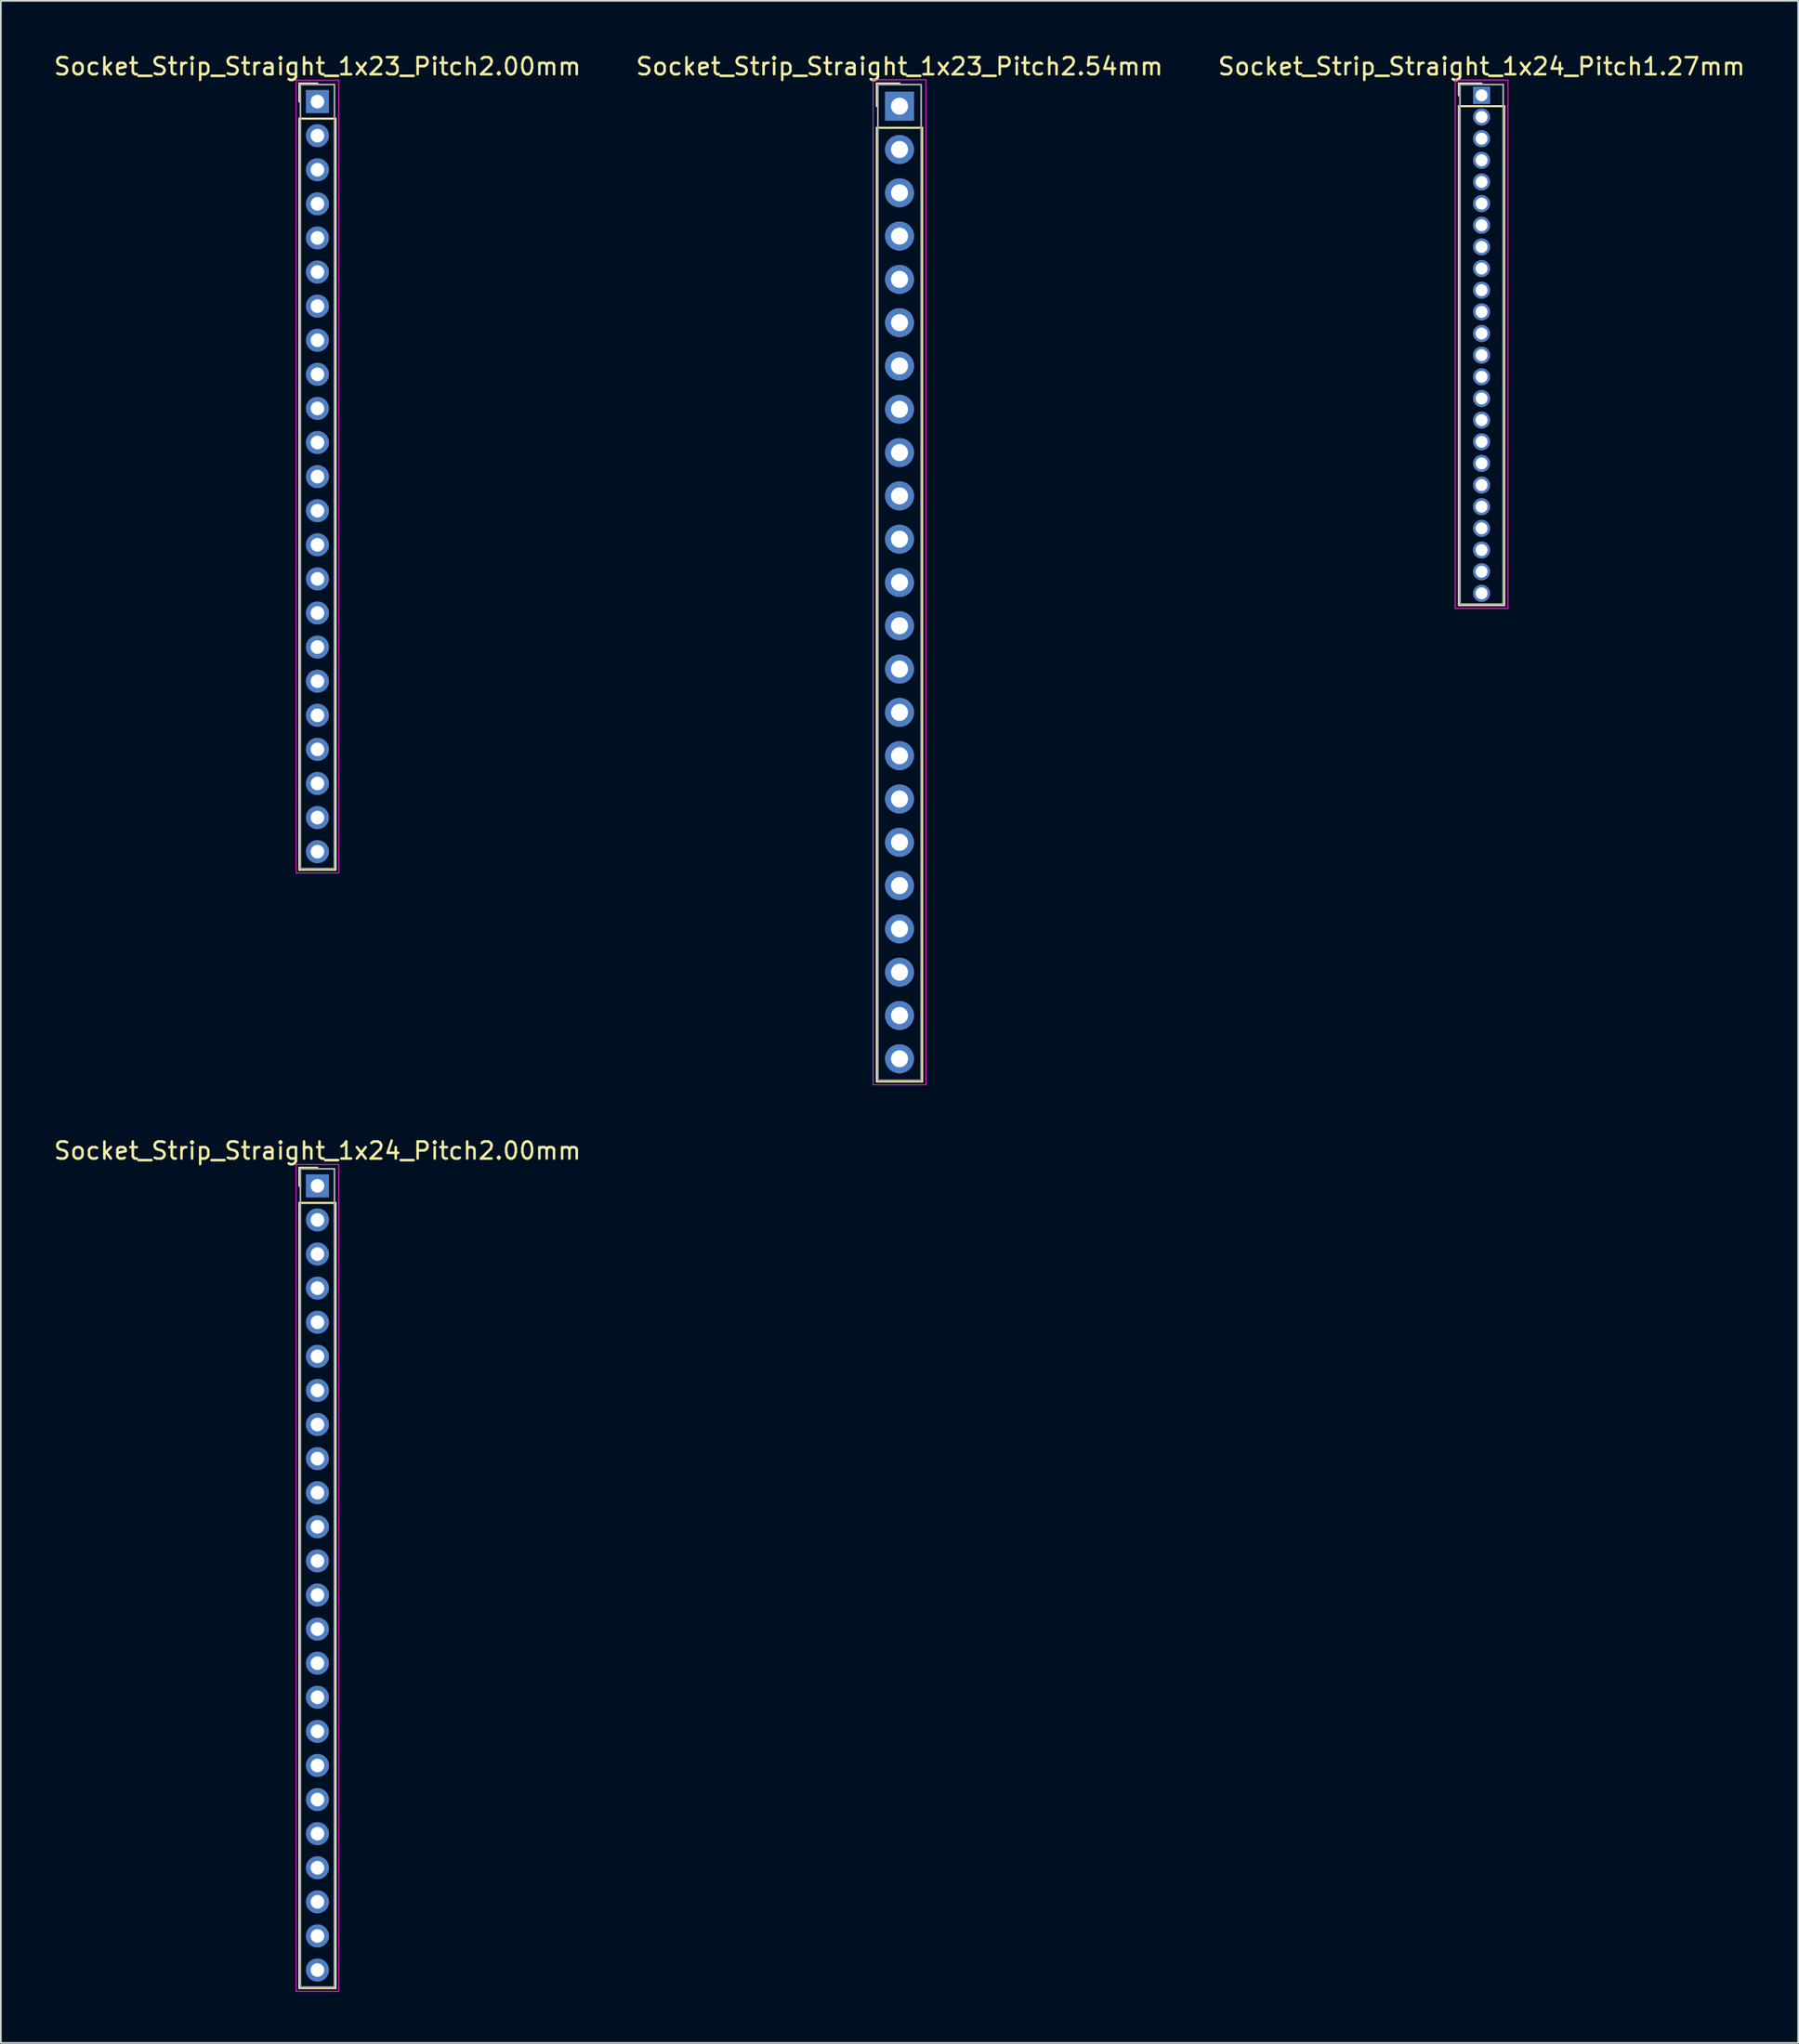
<source format=kicad_pcb>
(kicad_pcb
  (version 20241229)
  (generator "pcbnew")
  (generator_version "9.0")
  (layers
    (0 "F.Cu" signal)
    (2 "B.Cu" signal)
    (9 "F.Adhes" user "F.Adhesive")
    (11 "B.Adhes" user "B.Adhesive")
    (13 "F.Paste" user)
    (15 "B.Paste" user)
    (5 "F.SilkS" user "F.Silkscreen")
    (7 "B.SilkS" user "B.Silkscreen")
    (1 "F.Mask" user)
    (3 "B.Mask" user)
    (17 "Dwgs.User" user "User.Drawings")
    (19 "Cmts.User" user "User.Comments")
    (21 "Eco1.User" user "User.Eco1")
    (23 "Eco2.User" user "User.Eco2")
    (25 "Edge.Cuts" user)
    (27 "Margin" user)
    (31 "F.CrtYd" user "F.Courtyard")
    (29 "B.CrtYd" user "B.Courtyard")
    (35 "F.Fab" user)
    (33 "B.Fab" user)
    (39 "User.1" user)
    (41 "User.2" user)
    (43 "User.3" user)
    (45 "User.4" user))
  (footprint "Socket_Strip_Straight_1x23_Pitch2.00mm"
    (layer "F.Cu")
    (at 15.577 2.908)
    (property "Reference" "Socket_Strip_Straight_1x23_Pitch2.00mm" (at 0 -2.06 0) (layer "F.SilkS") (effects (font (size 1 1) (thickness 0.15))))
    (attr through_hole)
    (fp_line (start -1.06 -1.06) (end 0 -1.06) (stroke (width 0.12) (type solid)) (layer "F.SilkS"))
    (fp_line (start -1.06 0) (end -1.06 -1.06) (stroke (width 0.12) (type solid)) (layer "F.SilkS"))
    (fp_line (start -1.06 1) (end -1.06 45.06) (stroke (width 0.12) (type solid)) (layer "F.SilkS"))
    (fp_line (start -1.06 45.06) (end 1.06 45.06) (stroke (width 0.12) (type solid)) (layer "F.SilkS"))
    (fp_line (start 1.06 1) (end -1.06 1) (stroke (width 0.12) (type solid)) (layer "F.SilkS"))
    (fp_line (start 1.06 45.06) (end 1.06 1) (stroke (width 0.12) (type solid)) (layer "F.SilkS"))
    (fp_line (start -1.25 -1.25) (end -1.25 45.25) (stroke (width 0.05) (type solid)) (layer "F.CrtYd"))
    (fp_line (start -1.25 45.25) (end 1.25 45.25) (stroke (width 0.05) (type solid)) (layer "F.CrtYd"))
    (fp_line (start 1.25 -1.25) (end -1.25 -1.25) (stroke (width 0.05) (type solid)) (layer "F.CrtYd"))
    (fp_line (start 1.25 45.25) (end 1.25 -1.25) (stroke (width 0.05) (type solid)) (layer "F.CrtYd"))
    (fp_line (start -1 -1) (end -1 45) (stroke (width 0.1) (type solid)) (layer "F.Fab"))
    (fp_line (start -1 45) (end 1 45) (stroke (width 0.1) (type solid)) (layer "F.Fab"))
    (fp_line (start 1 -1) (end -1 -1) (stroke (width 0.1) (type solid)) (layer "F.Fab"))
    (fp_line (start 1 45) (end 1 -1) (stroke (width 0.1) (type solid)) (layer "F.Fab"))
    (pad "1" thru_hole rect (at 0 0) (size 1.35 1.35) (drill 0.8) (layers "*.Cu" "*.Mask"))
    (pad "2" thru_hole oval (at 0 2) (size 1.35 1.35) (drill 0.8) (layers "*.Cu" "*.Mask"))
    (pad "3" thru_hole oval (at 0 4) (size 1.35 1.35) (drill 0.8) (layers "*.Cu" "*.Mask"))
    (pad "4" thru_hole oval (at 0 6) (size 1.35 1.35) (drill 0.8) (layers "*.Cu" "*.Mask"))
    (pad "5" thru_hole oval (at 0 8) (size 1.35 1.35) (drill 0.8) (layers "*.Cu" "*.Mask"))
    (pad "6" thru_hole oval (at 0 10) (size 1.35 1.35) (drill 0.8) (layers "*.Cu" "*.Mask"))
    (pad "7" thru_hole oval (at 0 12) (size 1.35 1.35) (drill 0.8) (layers "*.Cu" "*.Mask"))
    (pad "8" thru_hole oval (at 0 14) (size 1.35 1.35) (drill 0.8) (layers "*.Cu" "*.Mask"))
    (pad "9" thru_hole oval (at 0 16) (size 1.35 1.35) (drill 0.8) (layers "*.Cu" "*.Mask"))
    (pad "10" thru_hole oval (at 0 18) (size 1.35 1.35) (drill 0.8) (layers "*.Cu" "*.Mask"))
    (pad "11" thru_hole oval (at 0 20) (size 1.35 1.35) (drill 0.8) (layers "*.Cu" "*.Mask"))
    (pad "12" thru_hole oval (at 0 22) (size 1.35 1.35) (drill 0.8) (layers "*.Cu" "*.Mask"))
    (pad "13" thru_hole oval (at 0 24) (size 1.35 1.35) (drill 0.8) (layers "*.Cu" "*.Mask"))
    (pad "14" thru_hole oval (at 0 26) (size 1.35 1.35) (drill 0.8) (layers "*.Cu" "*.Mask"))
    (pad "15" thru_hole oval (at 0 28) (size 1.35 1.35) (drill 0.8) (layers "*.Cu" "*.Mask"))
    (pad "16" thru_hole oval (at 0 30) (size 1.35 1.35) (drill 0.8) (layers "*.Cu" "*.Mask"))
    (pad "17" thru_hole oval (at 0 32) (size 1.35 1.35) (drill 0.8) (layers "*.Cu" "*.Mask"))
    (pad "18" thru_hole oval (at 0 34) (size 1.35 1.35) (drill 0.8) (layers "*.Cu" "*.Mask"))
    (pad "19" thru_hole oval (at 0 36) (size 1.35 1.35) (drill 0.8) (layers "*.Cu" "*.Mask"))
    (pad "20" thru_hole oval (at 0 38) (size 1.35 1.35) (drill 0.8) (layers "*.Cu" "*.Mask"))
    (pad "21" thru_hole oval (at 0 40) (size 1.35 1.35) (drill 0.8) (layers "*.Cu" "*.Mask"))
    (pad "22" thru_hole oval (at 0 42) (size 1.35 1.35) (drill 0.8) (layers "*.Cu" "*.Mask"))
    (pad "23" thru_hole oval (at 0 44) (size 1.35 1.35) (drill 0.8) (layers "*.Cu" "*.Mask")))
  (footprint "Socket_Strip_Straight_1x23_Pitch2.54mm"
    (layer "F.Cu")
    (at 49.732 3.178)
    (property "Reference" "Socket_Strip_Straight_1x23_Pitch2.54mm" (at 0 -2.33 0) (layer "F.SilkS") (effects (font (size 1 1) (thickness 0.15))))
    (attr through_hole)
    (fp_line (start -1.33 -1.33) (end 0 -1.33) (stroke (width 0.12) (type solid)) (layer "F.SilkS"))
    (fp_line (start -1.33 0) (end -1.33 -1.33) (stroke (width 0.12) (type solid)) (layer "F.SilkS"))
    (fp_line (start -1.33 1.27) (end -1.33 57.21) (stroke (width 0.12) (type solid)) (layer "F.SilkS"))
    (fp_line (start -1.33 57.21) (end 1.33 57.21) (stroke (width 0.12) (type solid)) (layer "F.SilkS"))
    (fp_line (start 1.33 1.27) (end -1.33 1.27) (stroke (width 0.12) (type solid)) (layer "F.SilkS"))
    (fp_line (start 1.33 57.21) (end 1.33 1.27) (stroke (width 0.12) (type solid)) (layer "F.SilkS"))
    (fp_line (start -1.55 -1.55) (end -1.55 57.4) (stroke (width 0.05) (type solid)) (layer "F.CrtYd"))
    (fp_line (start -1.55 57.4) (end 1.55 57.4) (stroke (width 0.05) (type solid)) (layer "F.CrtYd"))
    (fp_line (start 1.55 -1.55) (end -1.55 -1.55) (stroke (width 0.05) (type solid)) (layer "F.CrtYd"))
    (fp_line (start 1.55 57.4) (end 1.55 -1.55) (stroke (width 0.05) (type solid)) (layer "F.CrtYd"))
    (fp_line (start -1.27 -1.27) (end -1.27 57.15) (stroke (width 0.1) (type solid)) (layer "F.Fab"))
    (fp_line (start -1.27 57.15) (end 1.27 57.15) (stroke (width 0.1) (type solid)) (layer "F.Fab"))
    (fp_line (start 1.27 -1.27) (end -1.27 -1.27) (stroke (width 0.1) (type solid)) (layer "F.Fab"))
    (fp_line (start 1.27 57.15) (end 1.27 -1.27) (stroke (width 0.1) (type solid)) (layer "F.Fab"))
    (pad "1" thru_hole rect (at 0 0) (size 1.7 1.7) (drill 1) (layers "*.Cu" "*.Mask"))
    (pad "2" thru_hole oval (at 0 2.54) (size 1.7 1.7) (drill 1) (layers "*.Cu" "*.Mask"))
    (pad "3" thru_hole oval (at 0 5.08) (size 1.7 1.7) (drill 1) (layers "*.Cu" "*.Mask"))
    (pad "4" thru_hole oval (at 0 7.62) (size 1.7 1.7) (drill 1) (layers "*.Cu" "*.Mask"))
    (pad "5" thru_hole oval (at 0 10.16) (size 1.7 1.7) (drill 1) (layers "*.Cu" "*.Mask"))
    (pad "6" thru_hole oval (at 0 12.7) (size 1.7 1.7) (drill 1) (layers "*.Cu" "*.Mask"))
    (pad "7" thru_hole oval (at 0 15.24) (size 1.7 1.7) (drill 1) (layers "*.Cu" "*.Mask"))
    (pad "8" thru_hole oval (at 0 17.78) (size 1.7 1.7) (drill 1) (layers "*.Cu" "*.Mask"))
    (pad "9" thru_hole oval (at 0 20.32) (size 1.7 1.7) (drill 1) (layers "*.Cu" "*.Mask"))
    (pad "10" thru_hole oval (at 0 22.86) (size 1.7 1.7) (drill 1) (layers "*.Cu" "*.Mask"))
    (pad "11" thru_hole oval (at 0 25.4) (size 1.7 1.7) (drill 1) (layers "*.Cu" "*.Mask"))
    (pad "12" thru_hole oval (at 0 27.94) (size 1.7 1.7) (drill 1) (layers "*.Cu" "*.Mask"))
    (pad "13" thru_hole oval (at 0 30.48) (size 1.7 1.7) (drill 1) (layers "*.Cu" "*.Mask"))
    (pad "14" thru_hole oval (at 0 33.02) (size 1.7 1.7) (drill 1) (layers "*.Cu" "*.Mask"))
    (pad "15" thru_hole oval (at 0 35.56) (size 1.7 1.7) (drill 1) (layers "*.Cu" "*.Mask"))
    (pad "16" thru_hole oval (at 0 38.1) (size 1.7 1.7) (drill 1) (layers "*.Cu" "*.Mask"))
    (pad "17" thru_hole oval (at 0 40.64) (size 1.7 1.7) (drill 1) (layers "*.Cu" "*.Mask"))
    (pad "18" thru_hole oval (at 0 43.18) (size 1.7 1.7) (drill 1) (layers "*.Cu" "*.Mask"))
    (pad "19" thru_hole oval (at 0 45.72) (size 1.7 1.7) (drill 1) (layers "*.Cu" "*.Mask"))
    (pad "20" thru_hole oval (at 0 48.26) (size 1.7 1.7) (drill 1) (layers "*.Cu" "*.Mask"))
    (pad "21" thru_hole oval (at 0 50.8) (size 1.7 1.7) (drill 1) (layers "*.Cu" "*.Mask"))
    (pad "22" thru_hole oval (at 0 53.34) (size 1.7 1.7) (drill 1) (layers "*.Cu" "*.Mask"))
    (pad "23" thru_hole oval (at 0 55.88) (size 1.7 1.7) (drill 1) (layers "*.Cu" "*.Mask")))
  (footprint "Socket_Strip_Straight_1x24_Pitch1.27mm"
    (layer "F.Cu")
    (at 83.887 2.543)
    (property "Reference" "Socket_Strip_Straight_1x24_Pitch1.27mm" (at 0 -1.695 0) (layer "F.SilkS") (effects (font (size 1 1) (thickness 0.15))))
    (attr through_hole)
    (fp_line (start -1.33 -0.695) (end 0 -0.695) (stroke (width 0.12) (type solid)) (layer "F.SilkS"))
    (fp_line (start -1.33 0) (end -1.33 -0.695) (stroke (width 0.12) (type solid)) (layer "F.SilkS"))
    (fp_line (start -1.33 0.635) (end -1.33 29.905) (stroke (width 0.12) (type solid)) (layer "F.SilkS"))
    (fp_line (start -1.33 29.905) (end 1.33 29.905) (stroke (width 0.12) (type solid)) (layer "F.SilkS"))
    (fp_line (start 1.33 0.635) (end -1.33 0.635) (stroke (width 0.12) (type solid)) (layer "F.SilkS"))
    (fp_line (start 1.33 29.905) (end 1.33 0.635) (stroke (width 0.12) (type solid)) (layer "F.SilkS"))
    (fp_line (start -1.55 -0.9) (end -1.55 30.1) (stroke (width 0.05) (type solid)) (layer "F.CrtYd"))
    (fp_line (start -1.55 30.1) (end 1.55 30.1) (stroke (width 0.05) (type solid)) (layer "F.CrtYd"))
    (fp_line (start 1.55 -0.9) (end -1.55 -0.9) (stroke (width 0.05) (type solid)) (layer "F.CrtYd"))
    (fp_line (start 1.55 30.1) (end 1.55 -0.9) (stroke (width 0.05) (type solid)) (layer "F.CrtYd"))
    (fp_line (start -1.27 -0.635) (end -1.27 29.845) (stroke (width 0.1) (type solid)) (layer "F.Fab"))
    (fp_line (start -1.27 29.845) (end 1.27 29.845) (stroke (width 0.1) (type solid)) (layer "F.Fab"))
    (fp_line (start 1.27 -0.635) (end -1.27 -0.635) (stroke (width 0.1) (type solid)) (layer "F.Fab"))
    (fp_line (start 1.27 29.845) (end 1.27 -0.635) (stroke (width 0.1) (type solid)) (layer "F.Fab"))
    (pad "1" thru_hole rect (at 0 0) (size 1 1) (drill 0.7) (layers "*.Cu" "*.Mask"))
    (pad "2" thru_hole oval (at 0 1.27) (size 1 1) (drill 0.7) (layers "*.Cu" "*.Mask"))
    (pad "3" thru_hole oval (at 0 2.54) (size 1 1) (drill 0.7) (layers "*.Cu" "*.Mask"))
    (pad "4" thru_hole oval (at 0 3.81) (size 1 1) (drill 0.7) (layers "*.Cu" "*.Mask"))
    (pad "5" thru_hole oval (at 0 5.08) (size 1 1) (drill 0.7) (layers "*.Cu" "*.Mask"))
    (pad "6" thru_hole oval (at 0 6.35) (size 1 1) (drill 0.7) (layers "*.Cu" "*.Mask"))
    (pad "7" thru_hole oval (at 0 7.62) (size 1 1) (drill 0.7) (layers "*.Cu" "*.Mask"))
    (pad "8" thru_hole oval (at 0 8.89) (size 1 1) (drill 0.7) (layers "*.Cu" "*.Mask"))
    (pad "9" thru_hole oval (at 0 10.16) (size 1 1) (drill 0.7) (layers "*.Cu" "*.Mask"))
    (pad "10" thru_hole oval (at 0 11.43) (size 1 1) (drill 0.7) (layers "*.Cu" "*.Mask"))
    (pad "11" thru_hole oval (at 0 12.7) (size 1 1) (drill 0.7) (layers "*.Cu" "*.Mask"))
    (pad "12" thru_hole oval (at 0 13.97) (size 1 1) (drill 0.7) (layers "*.Cu" "*.Mask"))
    (pad "13" thru_hole oval (at 0 15.24) (size 1 1) (drill 0.7) (layers "*.Cu" "*.Mask"))
    (pad "14" thru_hole oval (at 0 16.51) (size 1 1) (drill 0.7) (layers "*.Cu" "*.Mask"))
    (pad "15" thru_hole oval (at 0 17.78) (size 1 1) (drill 0.7) (layers "*.Cu" "*.Mask"))
    (pad "16" thru_hole oval (at 0 19.05) (size 1 1) (drill 0.7) (layers "*.Cu" "*.Mask"))
    (pad "17" thru_hole oval (at 0 20.32) (size 1 1) (drill 0.7) (layers "*.Cu" "*.Mask"))
    (pad "18" thru_hole oval (at 0 21.59) (size 1 1) (drill 0.7) (layers "*.Cu" "*.Mask"))
    (pad "19" thru_hole oval (at 0 22.86) (size 1 1) (drill 0.7) (layers "*.Cu" "*.Mask"))
    (pad "20" thru_hole oval (at 0 24.13) (size 1 1) (drill 0.7) (layers "*.Cu" "*.Mask"))
    (pad "21" thru_hole oval (at 0 25.4) (size 1 1) (drill 0.7) (layers "*.Cu" "*.Mask"))
    (pad "22" thru_hole oval (at 0 26.67) (size 1 1) (drill 0.7) (layers "*.Cu" "*.Mask"))
    (pad "23" thru_hole oval (at 0 27.94) (size 1 1) (drill 0.7) (layers "*.Cu" "*.Mask"))
    (pad "24" thru_hole oval (at 0 29.21) (size 1 1) (drill 0.7) (layers "*.Cu" "*.Mask")))
  (footprint "Socket_Strip_Straight_1x24_Pitch2.00mm"
    (layer "F.Cu")
    (at 15.577 66.511)
    (property "Reference" "Socket_Strip_Straight_1x24_Pitch2.00mm" (at 0 -2.06 0) (layer "F.SilkS") (effects (font (size 1 1) (thickness 0.15))))
    (attr through_hole)
    (fp_line (start -1.06 -1.06) (end 0 -1.06) (stroke (width 0.12) (type solid)) (layer "F.SilkS"))
    (fp_line (start -1.06 0) (end -1.06 -1.06) (stroke (width 0.12) (type solid)) (layer "F.SilkS"))
    (fp_line (start -1.06 1) (end -1.06 47.06) (stroke (width 0.12) (type solid)) (layer "F.SilkS"))
    (fp_line (start -1.06 47.06) (end 1.06 47.06) (stroke (width 0.12) (type solid)) (layer "F.SilkS"))
    (fp_line (start 1.06 1) (end -1.06 1) (stroke (width 0.12) (type solid)) (layer "F.SilkS"))
    (fp_line (start 1.06 47.06) (end 1.06 1) (stroke (width 0.12) (type solid)) (layer "F.SilkS"))
    (fp_line (start -1.25 -1.25) (end -1.25 47.25) (stroke (width 0.05) (type solid)) (layer "F.CrtYd"))
    (fp_line (start -1.25 47.25) (end 1.25 47.25) (stroke (width 0.05) (type solid)) (layer "F.CrtYd"))
    (fp_line (start 1.25 -1.25) (end -1.25 -1.25) (stroke (width 0.05) (type solid)) (layer "F.CrtYd"))
    (fp_line (start 1.25 47.25) (end 1.25 -1.25) (stroke (width 0.05) (type solid)) (layer "F.CrtYd"))
    (fp_line (start -1 -1) (end -1 47) (stroke (width 0.1) (type solid)) (layer "F.Fab"))
    (fp_line (start -1 47) (end 1 47) (stroke (width 0.1) (type solid)) (layer "F.Fab"))
    (fp_line (start 1 -1) (end -1 -1) (stroke (width 0.1) (type solid)) (layer "F.Fab"))
    (fp_line (start 1 47) (end 1 -1) (stroke (width 0.1) (type solid)) (layer "F.Fab"))
    (pad "1" thru_hole rect (at 0 0) (size 1.35 1.35) (drill 0.8) (layers "*.Cu" "*.Mask"))
    (pad "2" thru_hole oval (at 0 2) (size 1.35 1.35) (drill 0.8) (layers "*.Cu" "*.Mask"))
    (pad "3" thru_hole oval (at 0 4) (size 1.35 1.35) (drill 0.8) (layers "*.Cu" "*.Mask"))
    (pad "4" thru_hole oval (at 0 6) (size 1.35 1.35) (drill 0.8) (layers "*.Cu" "*.Mask"))
    (pad "5" thru_hole oval (at 0 8) (size 1.35 1.35) (drill 0.8) (layers "*.Cu" "*.Mask"))
    (pad "6" thru_hole oval (at 0 10) (size 1.35 1.35) (drill 0.8) (layers "*.Cu" "*.Mask"))
    (pad "7" thru_hole oval (at 0 12) (size 1.35 1.35) (drill 0.8) (layers "*.Cu" "*.Mask"))
    (pad "8" thru_hole oval (at 0 14) (size 1.35 1.35) (drill 0.8) (layers "*.Cu" "*.Mask"))
    (pad "9" thru_hole oval (at 0 16) (size 1.35 1.35) (drill 0.8) (layers "*.Cu" "*.Mask"))
    (pad "10" thru_hole oval (at 0 18) (size 1.35 1.35) (drill 0.8) (layers "*.Cu" "*.Mask"))
    (pad "11" thru_hole oval (at 0 20) (size 1.35 1.35) (drill 0.8) (layers "*.Cu" "*.Mask"))
    (pad "12" thru_hole oval (at 0 22) (size 1.35 1.35) (drill 0.8) (layers "*.Cu" "*.Mask"))
    (pad "13" thru_hole oval (at 0 24) (size 1.35 1.35) (drill 0.8) (layers "*.Cu" "*.Mask"))
    (pad "14" thru_hole oval (at 0 26) (size 1.35 1.35) (drill 0.8) (layers "*.Cu" "*.Mask"))
    (pad "15" thru_hole oval (at 0 28) (size 1.35 1.35) (drill 0.8) (layers "*.Cu" "*.Mask"))
    (pad "16" thru_hole oval (at 0 30) (size 1.35 1.35) (drill 0.8) (layers "*.Cu" "*.Mask"))
    (pad "17" thru_hole oval (at 0 32) (size 1.35 1.35) (drill 0.8) (layers "*.Cu" "*.Mask"))
    (pad "18" thru_hole oval (at 0 34) (size 1.35 1.35) (drill 0.8) (layers "*.Cu" "*.Mask"))
    (pad "19" thru_hole oval (at 0 36) (size 1.35 1.35) (drill 0.8) (layers "*.Cu" "*.Mask"))
    (pad "20" thru_hole oval (at 0 38) (size 1.35 1.35) (drill 0.8) (layers "*.Cu" "*.Mask"))
    (pad "21" thru_hole oval (at 0 40) (size 1.35 1.35) (drill 0.8) (layers "*.Cu" "*.Mask"))
    (pad "22" thru_hole oval (at 0 42) (size 1.35 1.35) (drill 0.8) (layers "*.Cu" "*.Mask"))
    (pad "23" thru_hole oval (at 0 44) (size 1.35 1.35) (drill 0.8) (layers "*.Cu" "*.Mask"))
    (pad "24" thru_hole oval (at 0 46) (size 1.35 1.35) (drill 0.8) (layers "*.Cu" "*.Mask")))
  (gr_rect
    (start -3 -3)
    (end 102.464 116.787)
    (stroke (width 0.1) (type default))
    (fill no)
    (layer "Edge.Cuts")))
</source>
